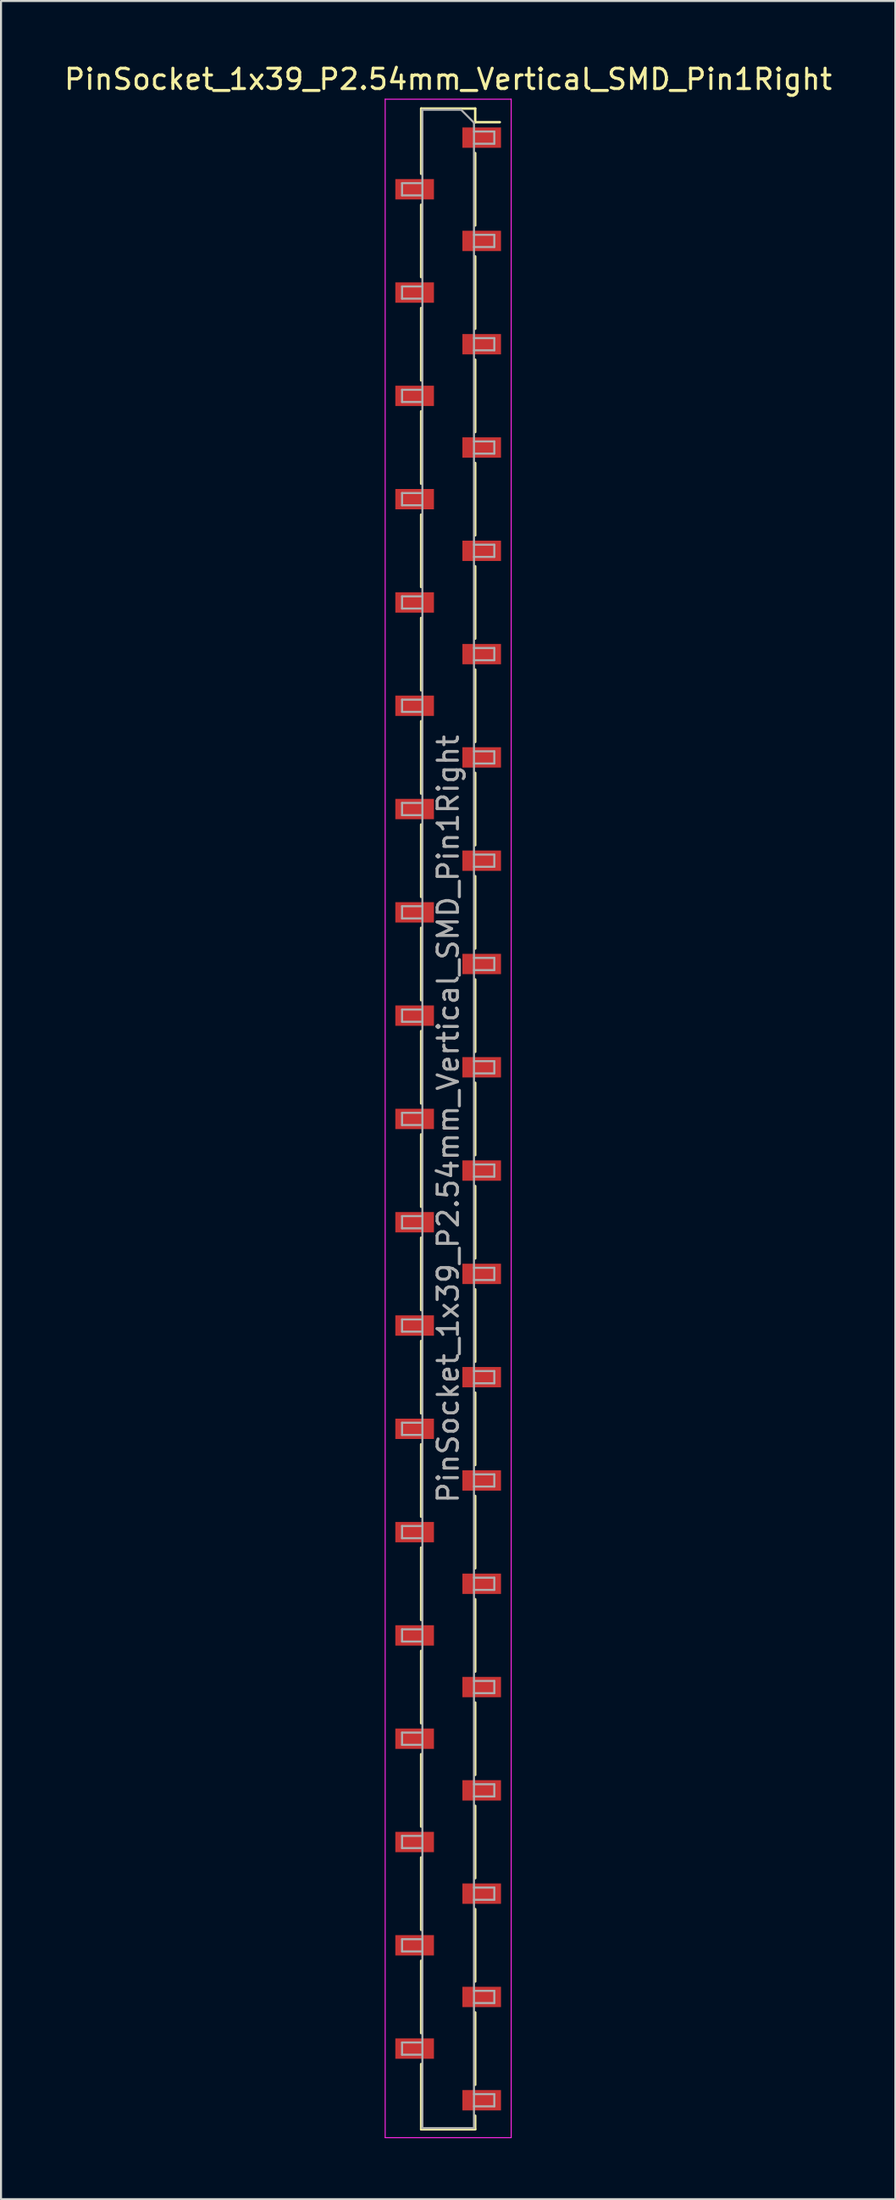
<source format=kicad_pcb>
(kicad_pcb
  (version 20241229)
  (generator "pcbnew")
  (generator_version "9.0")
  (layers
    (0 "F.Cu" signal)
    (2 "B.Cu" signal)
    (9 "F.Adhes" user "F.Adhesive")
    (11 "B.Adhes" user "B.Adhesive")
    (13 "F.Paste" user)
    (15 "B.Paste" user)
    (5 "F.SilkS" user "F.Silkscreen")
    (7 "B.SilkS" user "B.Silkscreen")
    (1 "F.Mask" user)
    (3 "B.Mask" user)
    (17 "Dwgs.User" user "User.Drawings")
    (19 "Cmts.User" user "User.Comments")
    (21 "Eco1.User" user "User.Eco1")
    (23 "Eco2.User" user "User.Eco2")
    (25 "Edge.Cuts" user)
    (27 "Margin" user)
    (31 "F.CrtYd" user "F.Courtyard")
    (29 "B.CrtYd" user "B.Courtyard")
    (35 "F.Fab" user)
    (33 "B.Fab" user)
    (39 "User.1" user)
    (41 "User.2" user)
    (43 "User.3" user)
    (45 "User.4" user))
  (footprint "PinSocket_1x39_P2.54mm_Vertical_SMD_Pin1Right"
    (layer "F.Cu")
    (at 19.006 51.978)
    (property "Reference" "PinSocket_1x39_P2.54mm_Vertical_SMD_Pin1Right" (at 0 -51.13 0) (layer "F.SilkS") (effects (font (size 1 1) (thickness 0.15))))
    (attr smd)
    (fp_line (start -1.33 -49.69) (end -1.33 -46.48) (stroke (width 0.12) (type solid)) (layer "F.SilkS"))
    (fp_line (start -1.33 -49.69) (end 1.33 -49.69) (stroke (width 0.12) (type solid)) (layer "F.SilkS"))
    (fp_line (start -1.33 -44.96) (end -1.33 -41.4) (stroke (width 0.12) (type solid)) (layer "F.SilkS"))
    (fp_line (start -1.33 -39.88) (end -1.33 -36.32) (stroke (width 0.12) (type solid)) (layer "F.SilkS"))
    (fp_line (start -1.33 -34.8) (end -1.33 -31.24) (stroke (width 0.12) (type solid)) (layer "F.SilkS"))
    (fp_line (start -1.33 -29.72) (end -1.33 -26.16) (stroke (width 0.12) (type solid)) (layer "F.SilkS"))
    (fp_line (start -1.33 -24.64) (end -1.33 -21.08) (stroke (width 0.12) (type solid)) (layer "F.SilkS"))
    (fp_line (start -1.33 -19.56) (end -1.33 -16) (stroke (width 0.12) (type solid)) (layer "F.SilkS"))
    (fp_line (start -1.33 -14.48) (end -1.33 -10.92) (stroke (width 0.12) (type solid)) (layer "F.SilkS"))
    (fp_line (start -1.33 -9.4) (end -1.33 -5.84) (stroke (width 0.12) (type solid)) (layer "F.SilkS"))
    (fp_line (start -1.33 -4.32) (end -1.33 -0.76) (stroke (width 0.12) (type solid)) (layer "F.SilkS"))
    (fp_line (start -1.33 0.76) (end -1.33 4.32) (stroke (width 0.12) (type solid)) (layer "F.SilkS"))
    (fp_line (start -1.33 5.84) (end -1.33 9.4) (stroke (width 0.12) (type solid)) (layer "F.SilkS"))
    (fp_line (start -1.33 10.92) (end -1.33 14.48) (stroke (width 0.12) (type solid)) (layer "F.SilkS"))
    (fp_line (start -1.33 16) (end -1.33 19.56) (stroke (width 0.12) (type solid)) (layer "F.SilkS"))
    (fp_line (start -1.33 21.08) (end -1.33 24.64) (stroke (width 0.12) (type solid)) (layer "F.SilkS"))
    (fp_line (start -1.33 26.16) (end -1.33 29.72) (stroke (width 0.12) (type solid)) (layer "F.SilkS"))
    (fp_line (start -1.33 31.24) (end -1.33 34.8) (stroke (width 0.12) (type solid)) (layer "F.SilkS"))
    (fp_line (start -1.33 36.32) (end -1.33 39.88) (stroke (width 0.12) (type solid)) (layer "F.SilkS"))
    (fp_line (start -1.33 41.4) (end -1.33 44.96) (stroke (width 0.12) (type solid)) (layer "F.SilkS"))
    (fp_line (start -1.33 46.48) (end -1.33 49.69) (stroke (width 0.12) (type solid)) (layer "F.SilkS"))
    (fp_line (start -1.33 49.69) (end 1.33 49.69) (stroke (width 0.12) (type solid)) (layer "F.SilkS"))
    (fp_line (start 1.33 -49.69) (end 1.33 -49.02) (stroke (width 0.12) (type solid)) (layer "F.SilkS"))
    (fp_line (start 1.33 -49.02) (end 2.54 -49.02) (stroke (width 0.12) (type solid)) (layer "F.SilkS"))
    (fp_line (start 1.33 -47.5) (end 1.33 -43.94) (stroke (width 0.12) (type solid)) (layer "F.SilkS"))
    (fp_line (start 1.33 -42.42) (end 1.33 -38.86) (stroke (width 0.12) (type solid)) (layer "F.SilkS"))
    (fp_line (start 1.33 -37.34) (end 1.33 -33.78) (stroke (width 0.12) (type solid)) (layer "F.SilkS"))
    (fp_line (start 1.33 -32.26) (end 1.33 -28.7) (stroke (width 0.12) (type solid)) (layer "F.SilkS"))
    (fp_line (start 1.33 -27.18) (end 1.33 -23.62) (stroke (width 0.12) (type solid)) (layer "F.SilkS"))
    (fp_line (start 1.33 -22.1) (end 1.33 -18.54) (stroke (width 0.12) (type solid)) (layer "F.SilkS"))
    (fp_line (start 1.33 -17.02) (end 1.33 -13.46) (stroke (width 0.12) (type solid)) (layer "F.SilkS"))
    (fp_line (start 1.33 -11.94) (end 1.33 -8.38) (stroke (width 0.12) (type solid)) (layer "F.SilkS"))
    (fp_line (start 1.33 -6.86) (end 1.33 -3.3) (stroke (width 0.12) (type solid)) (layer "F.SilkS"))
    (fp_line (start 1.33 -1.78) (end 1.33 1.78) (stroke (width 0.12) (type solid)) (layer "F.SilkS"))
    (fp_line (start 1.33 3.3) (end 1.33 6.86) (stroke (width 0.12) (type solid)) (layer "F.SilkS"))
    (fp_line (start 1.33 8.38) (end 1.33 11.94) (stroke (width 0.12) (type solid)) (layer "F.SilkS"))
    (fp_line (start 1.33 13.46) (end 1.33 17.02) (stroke (width 0.12) (type solid)) (layer "F.SilkS"))
    (fp_line (start 1.33 18.54) (end 1.33 22.1) (stroke (width 0.12) (type solid)) (layer "F.SilkS"))
    (fp_line (start 1.33 23.62) (end 1.33 27.18) (stroke (width 0.12) (type solid)) (layer "F.SilkS"))
    (fp_line (start 1.33 28.7) (end 1.33 32.26) (stroke (width 0.12) (type solid)) (layer "F.SilkS"))
    (fp_line (start 1.33 33.78) (end 1.33 37.34) (stroke (width 0.12) (type solid)) (layer "F.SilkS"))
    (fp_line (start 1.33 38.86) (end 1.33 42.42) (stroke (width 0.12) (type solid)) (layer "F.SilkS"))
    (fp_line (start 1.33 43.94) (end 1.33 47.5) (stroke (width 0.12) (type solid)) (layer "F.SilkS"))
    (fp_line (start 1.33 49.02) (end 1.33 49.69) (stroke (width 0.12) (type solid)) (layer "F.SilkS"))
    (fp_line (start -3.1 -50.15) (end 3.1 -50.15) (stroke (width 0.05) (type solid)) (layer "F.CrtYd"))
    (fp_line (start -3.1 50.1) (end -3.1 -50.15) (stroke (width 0.05) (type solid)) (layer "F.CrtYd"))
    (fp_line (start 3.1 -50.15) (end 3.1 50.1) (stroke (width 0.05) (type solid)) (layer "F.CrtYd"))
    (fp_line (start 3.1 50.1) (end -3.1 50.1) (stroke (width 0.05) (type solid)) (layer "F.CrtYd"))
    (fp_line (start -2.27 -46.02) (end -1.27 -46.02) (stroke (width 0.1) (type solid)) (layer "F.Fab"))
    (fp_line (start -2.27 -45.42) (end -2.27 -46.02) (stroke (width 0.1) (type solid)) (layer "F.Fab"))
    (fp_line (start -2.27 -40.94) (end -1.27 -40.94) (stroke (width 0.1) (type solid)) (layer "F.Fab"))
    (fp_line (start -2.27 -40.34) (end -2.27 -40.94) (stroke (width 0.1) (type solid)) (layer "F.Fab"))
    (fp_line (start -2.27 -35.86) (end -1.27 -35.86) (stroke (width 0.1) (type solid)) (layer "F.Fab"))
    (fp_line (start -2.27 -35.26) (end -2.27 -35.86) (stroke (width 0.1) (type solid)) (layer "F.Fab"))
    (fp_line (start -2.27 -30.78) (end -1.27 -30.78) (stroke (width 0.1) (type solid)) (layer "F.Fab"))
    (fp_line (start -2.27 -30.18) (end -2.27 -30.78) (stroke (width 0.1) (type solid)) (layer "F.Fab"))
    (fp_line (start -2.27 -25.7) (end -1.27 -25.7) (stroke (width 0.1) (type solid)) (layer "F.Fab"))
    (fp_line (start -2.27 -25.1) (end -2.27 -25.7) (stroke (width 0.1) (type solid)) (layer "F.Fab"))
    (fp_line (start -2.27 -20.62) (end -1.27 -20.62) (stroke (width 0.1) (type solid)) (layer "F.Fab"))
    (fp_line (start -2.27 -20.02) (end -2.27 -20.62) (stroke (width 0.1) (type solid)) (layer "F.Fab"))
    (fp_line (start -2.27 -15.54) (end -1.27 -15.54) (stroke (width 0.1) (type solid)) (layer "F.Fab"))
    (fp_line (start -2.27 -14.94) (end -2.27 -15.54) (stroke (width 0.1) (type solid)) (layer "F.Fab"))
    (fp_line (start -2.27 -10.46) (end -1.27 -10.46) (stroke (width 0.1) (type solid)) (layer "F.Fab"))
    (fp_line (start -2.27 -9.86) (end -2.27 -10.46) (stroke (width 0.1) (type solid)) (layer "F.Fab"))
    (fp_line (start -2.27 -5.38) (end -1.27 -5.38) (stroke (width 0.1) (type solid)) (layer "F.Fab"))
    (fp_line (start -2.27 -4.78) (end -2.27 -5.38) (stroke (width 0.1) (type solid)) (layer "F.Fab"))
    (fp_line (start -2.27 -0.3) (end -1.27 -0.3) (stroke (width 0.1) (type solid)) (layer "F.Fab"))
    (fp_line (start -2.27 0.3) (end -2.27 -0.3) (stroke (width 0.1) (type solid)) (layer "F.Fab"))
    (fp_line (start -2.27 4.78) (end -1.27 4.78) (stroke (width 0.1) (type solid)) (layer "F.Fab"))
    (fp_line (start -2.27 5.38) (end -2.27 4.78) (stroke (width 0.1) (type solid)) (layer "F.Fab"))
    (fp_line (start -2.27 9.86) (end -1.27 9.86) (stroke (width 0.1) (type solid)) (layer "F.Fab"))
    (fp_line (start -2.27 10.46) (end -2.27 9.86) (stroke (width 0.1) (type solid)) (layer "F.Fab"))
    (fp_line (start -2.27 14.94) (end -1.27 14.94) (stroke (width 0.1) (type solid)) (layer "F.Fab"))
    (fp_line (start -2.27 15.54) (end -2.27 14.94) (stroke (width 0.1) (type solid)) (layer "F.Fab"))
    (fp_line (start -2.27 20.02) (end -1.27 20.02) (stroke (width 0.1) (type solid)) (layer "F.Fab"))
    (fp_line (start -2.27 20.62) (end -2.27 20.02) (stroke (width 0.1) (type solid)) (layer "F.Fab"))
    (fp_line (start -2.27 25.1) (end -1.27 25.1) (stroke (width 0.1) (type solid)) (layer "F.Fab"))
    (fp_line (start -2.27 25.7) (end -2.27 25.1) (stroke (width 0.1) (type solid)) (layer "F.Fab"))
    (fp_line (start -2.27 30.18) (end -1.27 30.18) (stroke (width 0.1) (type solid)) (layer "F.Fab"))
    (fp_line (start -2.27 30.78) (end -2.27 30.18) (stroke (width 0.1) (type solid)) (layer "F.Fab"))
    (fp_line (start -2.27 35.26) (end -1.27 35.26) (stroke (width 0.1) (type solid)) (layer "F.Fab"))
    (fp_line (start -2.27 35.86) (end -2.27 35.26) (stroke (width 0.1) (type solid)) (layer "F.Fab"))
    (fp_line (start -2.27 40.34) (end -1.27 40.34) (stroke (width 0.1) (type solid)) (layer "F.Fab"))
    (fp_line (start -2.27 40.94) (end -2.27 40.34) (stroke (width 0.1) (type solid)) (layer "F.Fab"))
    (fp_line (start -2.27 45.42) (end -1.27 45.42) (stroke (width 0.1) (type solid)) (layer "F.Fab"))
    (fp_line (start -2.27 46.02) (end -2.27 45.42) (stroke (width 0.1) (type solid)) (layer "F.Fab"))
    (fp_line (start -1.27 -49.63) (end 0.635 -49.63) (stroke (width 0.1) (type solid)) (layer "F.Fab"))
    (fp_line (start -1.27 -45.42) (end -2.27 -45.42) (stroke (width 0.1) (type solid)) (layer "F.Fab"))
    (fp_line (start -1.27 -40.34) (end -2.27 -40.34) (stroke (width 0.1) (type solid)) (layer "F.Fab"))
    (fp_line (start -1.27 -35.26) (end -2.27 -35.26) (stroke (width 0.1) (type solid)) (layer "F.Fab"))
    (fp_line (start -1.27 -30.18) (end -2.27 -30.18) (stroke (width 0.1) (type solid)) (layer "F.Fab"))
    (fp_line (start -1.27 -25.1) (end -2.27 -25.1) (stroke (width 0.1) (type solid)) (layer "F.Fab"))
    (fp_line (start -1.27 -20.02) (end -2.27 -20.02) (stroke (width 0.1) (type solid)) (layer "F.Fab"))
    (fp_line (start -1.27 -14.94) (end -2.27 -14.94) (stroke (width 0.1) (type solid)) (layer "F.Fab"))
    (fp_line (start -1.27 -9.86) (end -2.27 -9.86) (stroke (width 0.1) (type solid)) (layer "F.Fab"))
    (fp_line (start -1.27 -4.78) (end -2.27 -4.78) (stroke (width 0.1) (type solid)) (layer "F.Fab"))
    (fp_line (start -1.27 0.3) (end -2.27 0.3) (stroke (width 0.1) (type solid)) (layer "F.Fab"))
    (fp_line (start -1.27 5.38) (end -2.27 5.38) (stroke (width 0.1) (type solid)) (layer "F.Fab"))
    (fp_line (start -1.27 10.46) (end -2.27 10.46) (stroke (width 0.1) (type solid)) (layer "F.Fab"))
    (fp_line (start -1.27 15.54) (end -2.27 15.54) (stroke (width 0.1) (type solid)) (layer "F.Fab"))
    (fp_line (start -1.27 20.62) (end -2.27 20.62) (stroke (width 0.1) (type solid)) (layer "F.Fab"))
    (fp_line (start -1.27 25.7) (end -2.27 25.7) (stroke (width 0.1) (type solid)) (layer "F.Fab"))
    (fp_line (start -1.27 30.78) (end -2.27 30.78) (stroke (width 0.1) (type solid)) (layer "F.Fab"))
    (fp_line (start -1.27 35.86) (end -2.27 35.86) (stroke (width 0.1) (type solid)) (layer "F.Fab"))
    (fp_line (start -1.27 40.94) (end -2.27 40.94) (stroke (width 0.1) (type solid)) (layer "F.Fab"))
    (fp_line (start -1.27 46.02) (end -2.27 46.02) (stroke (width 0.1) (type solid)) (layer "F.Fab"))
    (fp_line (start -1.27 49.63) (end -1.27 -49.63) (stroke (width 0.1) (type solid)) (layer "F.Fab"))
    (fp_line (start 0.635 -49.63) (end 1.27 -48.995) (stroke (width 0.1) (type solid)) (layer "F.Fab"))
    (fp_line (start 1.27 -48.995) (end 1.27 49.63) (stroke (width 0.1) (type solid)) (layer "F.Fab"))
    (fp_line (start 1.27 -48.56) (end 2.27 -48.56) (stroke (width 0.1) (type solid)) (layer "F.Fab"))
    (fp_line (start 1.27 -43.48) (end 2.27 -43.48) (stroke (width 0.1) (type solid)) (layer "F.Fab"))
    (fp_line (start 1.27 -38.4) (end 2.27 -38.4) (stroke (width 0.1) (type solid)) (layer "F.Fab"))
    (fp_line (start 1.27 -33.32) (end 2.27 -33.32) (stroke (width 0.1) (type solid)) (layer "F.Fab"))
    (fp_line (start 1.27 -28.24) (end 2.27 -28.24) (stroke (width 0.1) (type solid)) (layer "F.Fab"))
    (fp_line (start 1.27 -23.16) (end 2.27 -23.16) (stroke (width 0.1) (type solid)) (layer "F.Fab"))
    (fp_line (start 1.27 -18.08) (end 2.27 -18.08) (stroke (width 0.1) (type solid)) (layer "F.Fab"))
    (fp_line (start 1.27 -13) (end 2.27 -13) (stroke (width 0.1) (type solid)) (layer "F.Fab"))
    (fp_line (start 1.27 -7.92) (end 2.27 -7.92) (stroke (width 0.1) (type solid)) (layer "F.Fab"))
    (fp_line (start 1.27 -2.84) (end 2.27 -2.84) (stroke (width 0.1) (type solid)) (layer "F.Fab"))
    (fp_line (start 1.27 2.24) (end 2.27 2.24) (stroke (width 0.1) (type solid)) (layer "F.Fab"))
    (fp_line (start 1.27 7.32) (end 2.27 7.32) (stroke (width 0.1) (type solid)) (layer "F.Fab"))
    (fp_line (start 1.27 12.4) (end 2.27 12.4) (stroke (width 0.1) (type solid)) (layer "F.Fab"))
    (fp_line (start 1.27 17.48) (end 2.27 17.48) (stroke (width 0.1) (type solid)) (layer "F.Fab"))
    (fp_line (start 1.27 22.56) (end 2.27 22.56) (stroke (width 0.1) (type solid)) (layer "F.Fab"))
    (fp_line (start 1.27 27.64) (end 2.27 27.64) (stroke (width 0.1) (type solid)) (layer "F.Fab"))
    (fp_line (start 1.27 32.72) (end 2.27 32.72) (stroke (width 0.1) (type solid)) (layer "F.Fab"))
    (fp_line (start 1.27 37.8) (end 2.27 37.8) (stroke (width 0.1) (type solid)) (layer "F.Fab"))
    (fp_line (start 1.27 42.88) (end 2.27 42.88) (stroke (width 0.1) (type solid)) (layer "F.Fab"))
    (fp_line (start 1.27 47.96) (end 2.27 47.96) (stroke (width 0.1) (type solid)) (layer "F.Fab"))
    (fp_line (start 1.27 49.63) (end -1.27 49.63) (stroke (width 0.1) (type solid)) (layer "F.Fab"))
    (fp_line (start 2.27 -48.56) (end 2.27 -47.96) (stroke (width 0.1) (type solid)) (layer "F.Fab"))
    (fp_line (start 2.27 -47.96) (end 1.27 -47.96) (stroke (width 0.1) (type solid)) (layer "F.Fab"))
    (fp_line (start 2.27 -43.48) (end 2.27 -42.88) (stroke (width 0.1) (type solid)) (layer "F.Fab"))
    (fp_line (start 2.27 -42.88) (end 1.27 -42.88) (stroke (width 0.1) (type solid)) (layer "F.Fab"))
    (fp_line (start 2.27 -38.4) (end 2.27 -37.8) (stroke (width 0.1) (type solid)) (layer "F.Fab"))
    (fp_line (start 2.27 -37.8) (end 1.27 -37.8) (stroke (width 0.1) (type solid)) (layer "F.Fab"))
    (fp_line (start 2.27 -33.32) (end 2.27 -32.72) (stroke (width 0.1) (type solid)) (layer "F.Fab"))
    (fp_line (start 2.27 -32.72) (end 1.27 -32.72) (stroke (width 0.1) (type solid)) (layer "F.Fab"))
    (fp_line (start 2.27 -28.24) (end 2.27 -27.64) (stroke (width 0.1) (type solid)) (layer "F.Fab"))
    (fp_line (start 2.27 -27.64) (end 1.27 -27.64) (stroke (width 0.1) (type solid)) (layer "F.Fab"))
    (fp_line (start 2.27 -23.16) (end 2.27 -22.56) (stroke (width 0.1) (type solid)) (layer "F.Fab"))
    (fp_line (start 2.27 -22.56) (end 1.27 -22.56) (stroke (width 0.1) (type solid)) (layer "F.Fab"))
    (fp_line (start 2.27 -18.08) (end 2.27 -17.48) (stroke (width 0.1) (type solid)) (layer "F.Fab"))
    (fp_line (start 2.27 -17.48) (end 1.27 -17.48) (stroke (width 0.1) (type solid)) (layer "F.Fab"))
    (fp_line (start 2.27 -13) (end 2.27 -12.4) (stroke (width 0.1) (type solid)) (layer "F.Fab"))
    (fp_line (start 2.27 -12.4) (end 1.27 -12.4) (stroke (width 0.1) (type solid)) (layer "F.Fab"))
    (fp_line (start 2.27 -7.92) (end 2.27 -7.32) (stroke (width 0.1) (type solid)) (layer "F.Fab"))
    (fp_line (start 2.27 -7.32) (end 1.27 -7.32) (stroke (width 0.1) (type solid)) (layer "F.Fab"))
    (fp_line (start 2.27 -2.84) (end 2.27 -2.24) (stroke (width 0.1) (type solid)) (layer "F.Fab"))
    (fp_line (start 2.27 -2.24) (end 1.27 -2.24) (stroke (width 0.1) (type solid)) (layer "F.Fab"))
    (fp_line (start 2.27 2.24) (end 2.27 2.84) (stroke (width 0.1) (type solid)) (layer "F.Fab"))
    (fp_line (start 2.27 2.84) (end 1.27 2.84) (stroke (width 0.1) (type solid)) (layer "F.Fab"))
    (fp_line (start 2.27 7.32) (end 2.27 7.92) (stroke (width 0.1) (type solid)) (layer "F.Fab"))
    (fp_line (start 2.27 7.92) (end 1.27 7.92) (stroke (width 0.1) (type solid)) (layer "F.Fab"))
    (fp_line (start 2.27 12.4) (end 2.27 13) (stroke (width 0.1) (type solid)) (layer "F.Fab"))
    (fp_line (start 2.27 13) (end 1.27 13) (stroke (width 0.1) (type solid)) (layer "F.Fab"))
    (fp_line (start 2.27 17.48) (end 2.27 18.08) (stroke (width 0.1) (type solid)) (layer "F.Fab"))
    (fp_line (start 2.27 18.08) (end 1.27 18.08) (stroke (width 0.1) (type solid)) (layer "F.Fab"))
    (fp_line (start 2.27 22.56) (end 2.27 23.16) (stroke (width 0.1) (type solid)) (layer "F.Fab"))
    (fp_line (start 2.27 23.16) (end 1.27 23.16) (stroke (width 0.1) (type solid)) (layer "F.Fab"))
    (fp_line (start 2.27 27.64) (end 2.27 28.24) (stroke (width 0.1) (type solid)) (layer "F.Fab"))
    (fp_line (start 2.27 28.24) (end 1.27 28.24) (stroke (width 0.1) (type solid)) (layer "F.Fab"))
    (fp_line (start 2.27 32.72) (end 2.27 33.32) (stroke (width 0.1) (type solid)) (layer "F.Fab"))
    (fp_line (start 2.27 33.32) (end 1.27 33.32) (stroke (width 0.1) (type solid)) (layer "F.Fab"))
    (fp_line (start 2.27 37.8) (end 2.27 38.4) (stroke (width 0.1) (type solid)) (layer "F.Fab"))
    (fp_line (start 2.27 38.4) (end 1.27 38.4) (stroke (width 0.1) (type solid)) (layer "F.Fab"))
    (fp_line (start 2.27 42.88) (end 2.27 43.48) (stroke (width 0.1) (type solid)) (layer "F.Fab"))
    (fp_line (start 2.27 43.48) (end 1.27 43.48) (stroke (width 0.1) (type solid)) (layer "F.Fab"))
    (fp_line (start 2.27 47.96) (end 2.27 48.56) (stroke (width 0.1) (type solid)) (layer "F.Fab"))
    (fp_line (start 2.27 48.56) (end 1.27 48.56) (stroke (width 0.1) (type solid)) (layer "F.Fab"))
    (fp_text user "${REFERENCE}" (at 0 0 90) (layer "F.Fab") (effects (font (size 1 1) (thickness 0.15))))
    (pad "1" smd rect (at 1.65 -48.26) (size 1.9 1) (layers "F.Cu" "F.Mask" "F.Paste"))
    (pad "2" smd rect (at -1.65 -45.72) (size 1.9 1) (layers "F.Cu" "F.Mask" "F.Paste"))
    (pad "3" smd rect (at 1.65 -43.18) (size 1.9 1) (layers "F.Cu" "F.Mask" "F.Paste"))
    (pad "4" smd rect (at -1.65 -40.64) (size 1.9 1) (layers "F.Cu" "F.Mask" "F.Paste"))
    (pad "5" smd rect (at 1.65 -38.1) (size 1.9 1) (layers "F.Cu" "F.Mask" "F.Paste"))
    (pad "6" smd rect (at -1.65 -35.56) (size 1.9 1) (layers "F.Cu" "F.Mask" "F.Paste"))
    (pad "7" smd rect (at 1.65 -33.02) (size 1.9 1) (layers "F.Cu" "F.Mask" "F.Paste"))
    (pad "8" smd rect (at -1.65 -30.48) (size 1.9 1) (layers "F.Cu" "F.Mask" "F.Paste"))
    (pad "9" smd rect (at 1.65 -27.94) (size 1.9 1) (layers "F.Cu" "F.Mask" "F.Paste"))
    (pad "10" smd rect (at -1.65 -25.4) (size 1.9 1) (layers "F.Cu" "F.Mask" "F.Paste"))
    (pad "11" smd rect (at 1.65 -22.86) (size 1.9 1) (layers "F.Cu" "F.Mask" "F.Paste"))
    (pad "12" smd rect (at -1.65 -20.32) (size 1.9 1) (layers "F.Cu" "F.Mask" "F.Paste"))
    (pad "13" smd rect (at 1.65 -17.78) (size 1.9 1) (layers "F.Cu" "F.Mask" "F.Paste"))
    (pad "14" smd rect (at -1.65 -15.24) (size 1.9 1) (layers "F.Cu" "F.Mask" "F.Paste"))
    (pad "15" smd rect (at 1.65 -12.7) (size 1.9 1) (layers "F.Cu" "F.Mask" "F.Paste"))
    (pad "16" smd rect (at -1.65 -10.16) (size 1.9 1) (layers "F.Cu" "F.Mask" "F.Paste"))
    (pad "17" smd rect (at 1.65 -7.62) (size 1.9 1) (layers "F.Cu" "F.Mask" "F.Paste"))
    (pad "18" smd rect (at -1.65 -5.08) (size 1.9 1) (layers "F.Cu" "F.Mask" "F.Paste"))
    (pad "19" smd rect (at 1.65 -2.54) (size 1.9 1) (layers "F.Cu" "F.Mask" "F.Paste"))
    (pad "20" smd rect (at -1.65 0) (size 1.9 1) (layers "F.Cu" "F.Mask" "F.Paste"))
    (pad "21" smd rect (at 1.65 2.54) (size 1.9 1) (layers "F.Cu" "F.Mask" "F.Paste"))
    (pad "22" smd rect (at -1.65 5.08) (size 1.9 1) (layers "F.Cu" "F.Mask" "F.Paste"))
    (pad "23" smd rect (at 1.65 7.62) (size 1.9 1) (layers "F.Cu" "F.Mask" "F.Paste"))
    (pad "24" smd rect (at -1.65 10.16) (size 1.9 1) (layers "F.Cu" "F.Mask" "F.Paste"))
    (pad "25" smd rect (at 1.65 12.7) (size 1.9 1) (layers "F.Cu" "F.Mask" "F.Paste"))
    (pad "26" smd rect (at -1.65 15.24) (size 1.9 1) (layers "F.Cu" "F.Mask" "F.Paste"))
    (pad "27" smd rect (at 1.65 17.78) (size 1.9 1) (layers "F.Cu" "F.Mask" "F.Paste"))
    (pad "28" smd rect (at -1.65 20.32) (size 1.9 1) (layers "F.Cu" "F.Mask" "F.Paste"))
    (pad "29" smd rect (at 1.65 22.86) (size 1.9 1) (layers "F.Cu" "F.Mask" "F.Paste"))
    (pad "30" smd rect (at -1.65 25.4) (size 1.9 1) (layers "F.Cu" "F.Mask" "F.Paste"))
    (pad "31" smd rect (at 1.65 27.94) (size 1.9 1) (layers "F.Cu" "F.Mask" "F.Paste"))
    (pad "32" smd rect (at -1.65 30.48) (size 1.9 1) (layers "F.Cu" "F.Mask" "F.Paste"))
    (pad "33" smd rect (at 1.65 33.02) (size 1.9 1) (layers "F.Cu" "F.Mask" "F.Paste"))
    (pad "34" smd rect (at -1.65 35.56) (size 1.9 1) (layers "F.Cu" "F.Mask" "F.Paste"))
    (pad "35" smd rect (at 1.65 38.1) (size 1.9 1) (layers "F.Cu" "F.Mask" "F.Paste"))
    (pad "36" smd rect (at -1.65 40.64) (size 1.9 1) (layers "F.Cu" "F.Mask" "F.Paste"))
    (pad "37" smd rect (at 1.65 43.18) (size 1.9 1) (layers "F.Cu" "F.Mask" "F.Paste"))
    (pad "38" smd rect (at -1.65 45.72) (size 1.9 1) (layers "F.Cu" "F.Mask" "F.Paste"))
    (pad "39" smd rect (at 1.65 48.26) (size 1.9 1) (layers "F.Cu" "F.Mask" "F.Paste")))
  (gr_rect
    (start -3 -3)
    (end 41.012 105.103)
    (stroke (width 0.1) (type default))
    (fill no)
    (layer "Edge.Cuts")))
</source>
